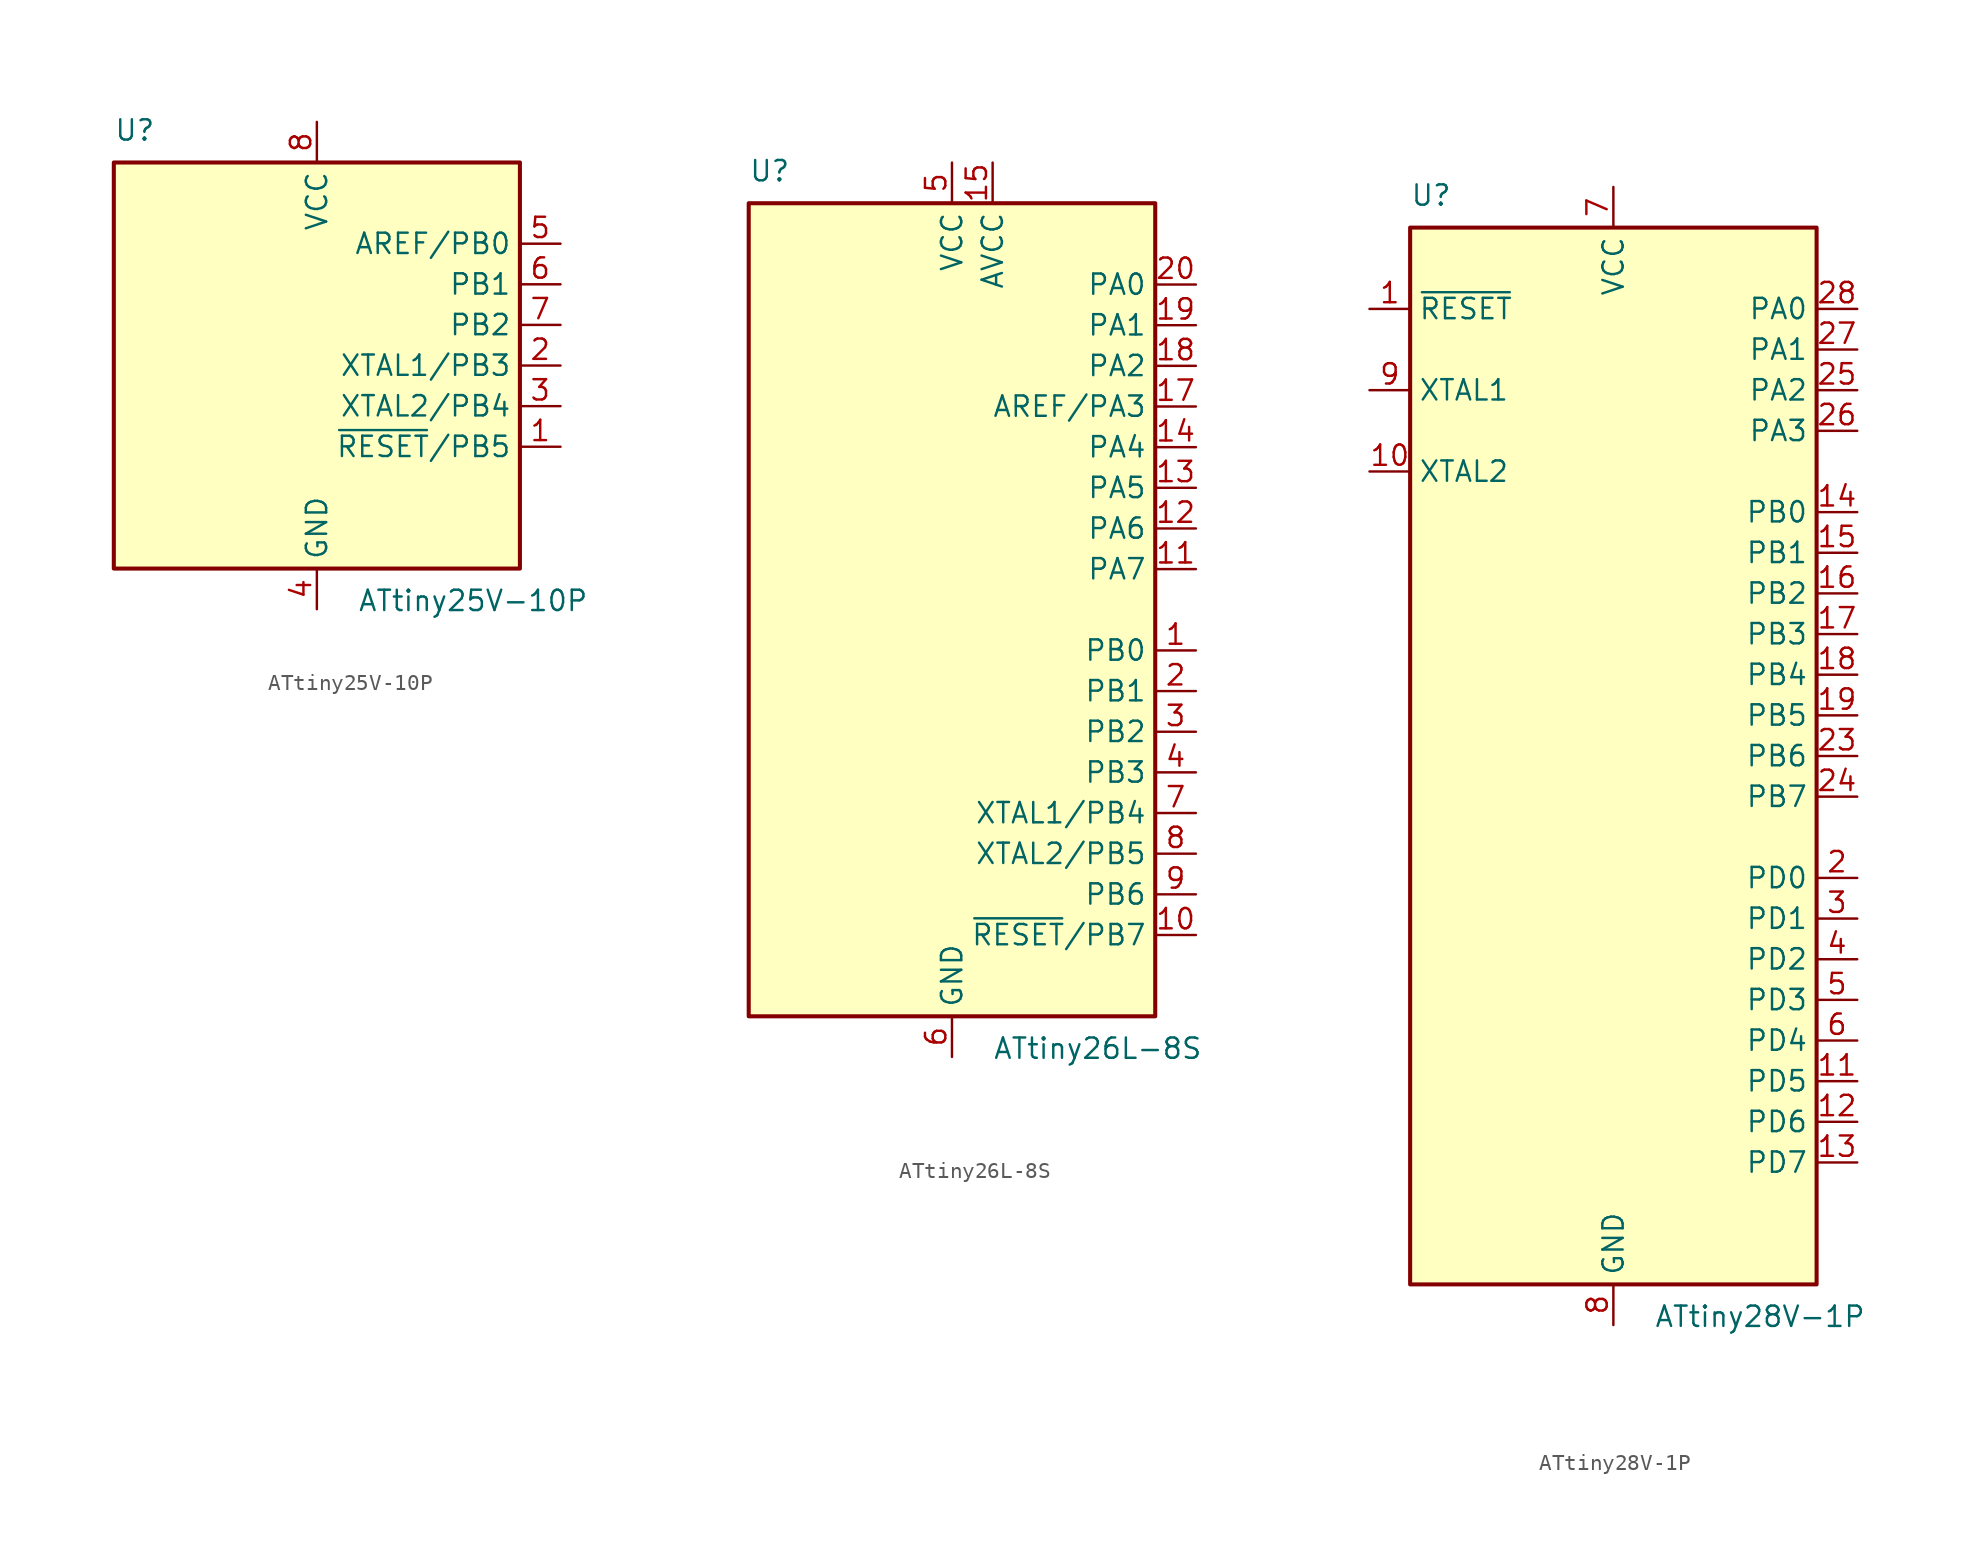
<source format=kicad_sym>
(kicad_symbol_lib
  (version 20231120)
  (generator "kicad_symbol_editor")
  (generator_version "8.0")
  (symbol "ATtiny25V-10P"
    (property "Reference" "U"
      (at -12.7 13.97 0)
      (effects (font (size 1.27 1.27)) (justify left bottom)))
    (property "Value" "ATtiny25V-10P"
      (at 2.54 -13.97 0)
      (effects (font (size 1.27 1.27)) (justify left top)))
    (symbol "ATtiny25V-10P_0_1"
      (rectangle (start -12.7 -12.7) (end 12.7 12.7) (stroke (width 0.254) (type default)) (fill (type background))))
    (symbol "ATtiny25V-10P_1_1"
      (pin bidirectional line (at 15.24 -5.08 180) (length 2.54) (name "~{RESET}/PB5" (effects (font (size 1.27 1.27)))) (number "1" (effects (font (size 1.27 1.27)))))
      (pin bidirectional line (at 15.24 0 180) (length 2.54) (name "XTAL1/PB3" (effects (font (size 1.27 1.27)))) (number "2" (effects (font (size 1.27 1.27)))))
      (pin bidirectional line (at 15.24 -2.54 180) (length 2.54) (name "XTAL2/PB4" (effects (font (size 1.27 1.27)))) (number "3" (effects (font (size 1.27 1.27)))))
      (pin power_in line (at 0 -15.24 90) (length 2.54) (name "GND" (effects (font (size 1.27 1.27)))) (number "4" (effects (font (size 1.27 1.27)))))
      (pin bidirectional line (at 15.24 7.62 180) (length 2.54) (name "AREF/PB0" (effects (font (size 1.27 1.27)))) (number "5" (effects (font (size 1.27 1.27)))))
      (pin bidirectional line (at 15.24 5.08 180) (length 2.54) (name "PB1" (effects (font (size 1.27 1.27)))) (number "6" (effects (font (size 1.27 1.27)))))
      (pin bidirectional line (at 15.24 2.54 180) (length 2.54) (name "PB2" (effects (font (size 1.27 1.27)))) (number "7" (effects (font (size 1.27 1.27)))))
      (pin power_in line (at 0 15.24 270) (length 2.54) (name "VCC" (effects (font (size 1.27 1.27)))) (number "8" (effects (font (size 1.27 1.27)))))))
  (symbol "ATtiny26L-8S"
    (property "Reference" "U"
      (at -12.7 26.67 0)
      (effects (font (size 1.27 1.27)) (justify left bottom)))
    (property "Value" "ATtiny26L-8S"
      (at 2.54 -26.67 0)
      (effects (font (size 1.27 1.27)) (justify left top)))
    (symbol "ATtiny26L-8S_0_1"
      (rectangle (start -12.7 -25.4) (end 12.7 25.4) (stroke (width 0.254) (type default)) (fill (type background))))
    (symbol "ATtiny26L-8S_1_1"
      (pin bidirectional line (at 15.24 -2.54 180) (length 2.54) (name "PB0" (effects (font (size 1.27 1.27)))) (number "1" (effects (font (size 1.27 1.27)))))
      (pin bidirectional line (at 15.24 -20.32 180) (length 2.54) (name "~{RESET}/PB7" (effects (font (size 1.27 1.27)))) (number "10" (effects (font (size 1.27 1.27)))))
      (pin bidirectional line (at 15.24 2.54 180) (length 2.54) (name "PA7" (effects (font (size 1.27 1.27)))) (number "11" (effects (font (size 1.27 1.27)))))
      (pin bidirectional line (at 15.24 5.08 180) (length 2.54) (name "PA6" (effects (font (size 1.27 1.27)))) (number "12" (effects (font (size 1.27 1.27)))))
      (pin bidirectional line (at 15.24 7.62 180) (length 2.54) (name "PA5" (effects (font (size 1.27 1.27)))) (number "13" (effects (font (size 1.27 1.27)))))
      (pin bidirectional line (at 15.24 10.16 180) (length 2.54) (name "PA4" (effects (font (size 1.27 1.27)))) (number "14" (effects (font (size 1.27 1.27)))))
      (pin power_in line (at 2.54 27.94 270) (length 2.54) (name "AVCC" (effects (font (size 1.27 1.27)))) (number "15" (effects (font (size 1.27 1.27)))))
      (pin passive line (at 0 -27.94 90) (length 2.54) hide (name "GND" (effects (font (size 1.27 1.27)))) (number "16" (effects (font (size 1.27 1.27)))))
      (pin bidirectional line (at 15.24 12.7 180) (length 2.54) (name "AREF/PA3" (effects (font (size 1.27 1.27)))) (number "17" (effects (font (size 1.27 1.27)))))
      (pin bidirectional line (at 15.24 15.24 180) (length 2.54) (name "PA2" (effects (font (size 1.27 1.27)))) (number "18" (effects (font (size 1.27 1.27)))))
      (pin bidirectional line (at 15.24 17.78 180) (length 2.54) (name "PA1" (effects (font (size 1.27 1.27)))) (number "19" (effects (font (size 1.27 1.27)))))
      (pin bidirectional line (at 15.24 -5.08 180) (length 2.54) (name "PB1" (effects (font (size 1.27 1.27)))) (number "2" (effects (font (size 1.27 1.27)))))
      (pin bidirectional line (at 15.24 20.32 180) (length 2.54) (name "PA0" (effects (font (size 1.27 1.27)))) (number "20" (effects (font (size 1.27 1.27)))))
      (pin bidirectional line (at 15.24 -7.62 180) (length 2.54) (name "PB2" (effects (font (size 1.27 1.27)))) (number "3" (effects (font (size 1.27 1.27)))))
      (pin bidirectional line (at 15.24 -10.16 180) (length 2.54) (name "PB3" (effects (font (size 1.27 1.27)))) (number "4" (effects (font (size 1.27 1.27)))))
      (pin power_in line (at 0 27.94 270) (length 2.54) (name "VCC" (effects (font (size 1.27 1.27)))) (number "5" (effects (font (size 1.27 1.27)))))
      (pin power_in line (at 0 -27.94 90) (length 2.54) (name "GND" (effects (font (size 1.27 1.27)))) (number "6" (effects (font (size 1.27 1.27)))))
      (pin bidirectional line (at 15.24 -12.7 180) (length 2.54) (name "XTAL1/PB4" (effects (font (size 1.27 1.27)))) (number "7" (effects (font (size 1.27 1.27)))))
      (pin bidirectional line (at 15.24 -15.24 180) (length 2.54) (name "XTAL2/PB5" (effects (font (size 1.27 1.27)))) (number "8" (effects (font (size 1.27 1.27)))))
      (pin bidirectional line (at 15.24 -17.78 180) (length 2.54) (name "PB6" (effects (font (size 1.27 1.27)))) (number "9" (effects (font (size 1.27 1.27)))))))
  (symbol "ATtiny28V-1P"
    (property "Reference" "U"
      (at -12.7 34.29 0)
      (effects (font (size 1.27 1.27)) (justify left bottom)))
    (property "Value" "ATtiny28V-1P"
      (at 2.54 -34.29 0)
      (effects (font (size 1.27 1.27)) (justify left top)))
    (symbol "ATtiny28V-1P_0_1"
      (rectangle (start -12.7 -33.02) (end 12.7 33.02) (stroke (width 0.254) (type default)) (fill (type background))))
    (symbol "ATtiny28V-1P_1_1"
      (pin input line (at -15.24 27.94 0) (length 2.54) (name "~{RESET}" (effects (font (size 1.27 1.27)))) (number "1" (effects (font (size 1.27 1.27)))))
      (pin output line (at -15.24 17.78 0) (length 2.54) (name "XTAL2" (effects (font (size 1.27 1.27)))) (number "10" (effects (font (size 1.27 1.27)))))
      (pin bidirectional line (at 15.24 -20.32 180) (length 2.54) (name "PD5" (effects (font (size 1.27 1.27)))) (number "11" (effects (font (size 1.27 1.27)))))
      (pin bidirectional line (at 15.24 -22.86 180) (length 2.54) (name "PD6" (effects (font (size 1.27 1.27)))) (number "12" (effects (font (size 1.27 1.27)))))
      (pin bidirectional line (at 15.24 -25.4 180) (length 2.54) (name "PD7" (effects (font (size 1.27 1.27)))) (number "13" (effects (font (size 1.27 1.27)))))
      (pin bidirectional line (at 15.24 15.24 180) (length 2.54) (name "PB0" (effects (font (size 1.27 1.27)))) (number "14" (effects (font (size 1.27 1.27)))))
      (pin bidirectional line (at 15.24 12.7 180) (length 2.54) (name "PB1" (effects (font (size 1.27 1.27)))) (number "15" (effects (font (size 1.27 1.27)))))
      (pin bidirectional line (at 15.24 10.16 180) (length 2.54) (name "PB2" (effects (font (size 1.27 1.27)))) (number "16" (effects (font (size 1.27 1.27)))))
      (pin bidirectional line (at 15.24 7.62 180) (length 2.54) (name "PB3" (effects (font (size 1.27 1.27)))) (number "17" (effects (font (size 1.27 1.27)))))
      (pin bidirectional line (at 15.24 5.08 180) (length 2.54) (name "PB4" (effects (font (size 1.27 1.27)))) (number "18" (effects (font (size 1.27 1.27)))))
      (pin bidirectional line (at 15.24 2.54 180) (length 2.54) (name "PB5" (effects (font (size 1.27 1.27)))) (number "19" (effects (font (size 1.27 1.27)))))
      (pin bidirectional line (at 15.24 -7.62 180) (length 2.54) (name "PD0" (effects (font (size 1.27 1.27)))) (number "2" (effects (font (size 1.27 1.27)))))
      (pin passive line (at 0 35.56 270) (length 2.54) hide (name "VCC" (effects (font (size 1.27 1.27)))) (number "20" (effects (font (size 1.27 1.27)))))
      (pin no_connect line (at -12.7 -30.48 0) (length 2.54) hide (name "NC" (effects (font (size 1.27 1.27)))) (number "21" (effects (font (size 1.27 1.27)))))
      (pin passive line (at 0 -35.56 90) (length 2.54) hide (name "GND" (effects (font (size 1.27 1.27)))) (number "22" (effects (font (size 1.27 1.27)))))
      (pin bidirectional line (at 15.24 0 180) (length 2.54) (name "PB6" (effects (font (size 1.27 1.27)))) (number "23" (effects (font (size 1.27 1.27)))))
      (pin bidirectional line (at 15.24 -2.54 180) (length 2.54) (name "PB7" (effects (font (size 1.27 1.27)))) (number "24" (effects (font (size 1.27 1.27)))))
      (pin bidirectional line (at 15.24 22.86 180) (length 2.54) (name "PA2" (effects (font (size 1.27 1.27)))) (number "25" (effects (font (size 1.27 1.27)))))
      (pin bidirectional line (at 15.24 20.32 180) (length 2.54) (name "PA3" (effects (font (size 1.27 1.27)))) (number "26" (effects (font (size 1.27 1.27)))))
      (pin bidirectional line (at 15.24 25.4 180) (length 2.54) (name "PA1" (effects (font (size 1.27 1.27)))) (number "27" (effects (font (size 1.27 1.27)))))
      (pin bidirectional line (at 15.24 27.94 180) (length 2.54) (name "PA0" (effects (font (size 1.27 1.27)))) (number "28" (effects (font (size 1.27 1.27)))))
      (pin bidirectional line (at 15.24 -10.16 180) (length 2.54) (name "PD1" (effects (font (size 1.27 1.27)))) (number "3" (effects (font (size 1.27 1.27)))))
      (pin bidirectional line (at 15.24 -12.7 180) (length 2.54) (name "PD2" (effects (font (size 1.27 1.27)))) (number "4" (effects (font (size 1.27 1.27)))))
      (pin bidirectional line (at 15.24 -15.24 180) (length 2.54) (name "PD3" (effects (font (size 1.27 1.27)))) (number "5" (effects (font (size 1.27 1.27)))))
      (pin bidirectional line (at 15.24 -17.78 180) (length 2.54) (name "PD4" (effects (font (size 1.27 1.27)))) (number "6" (effects (font (size 1.27 1.27)))))
      (pin power_in line (at 0 35.56 270) (length 2.54) (name "VCC" (effects (font (size 1.27 1.27)))) (number "7" (effects (font (size 1.27 1.27)))))
      (pin power_in line (at 0 -35.56 90) (length 2.54) (name "GND" (effects (font (size 1.27 1.27)))) (number "8" (effects (font (size 1.27 1.27)))))
      (pin input line (at -15.24 22.86 0) (length 2.54) (name "XTAL1" (effects (font (size 1.27 1.27)))) (number "9" (effects (font (size 1.27 1.27))))))))
</source>
